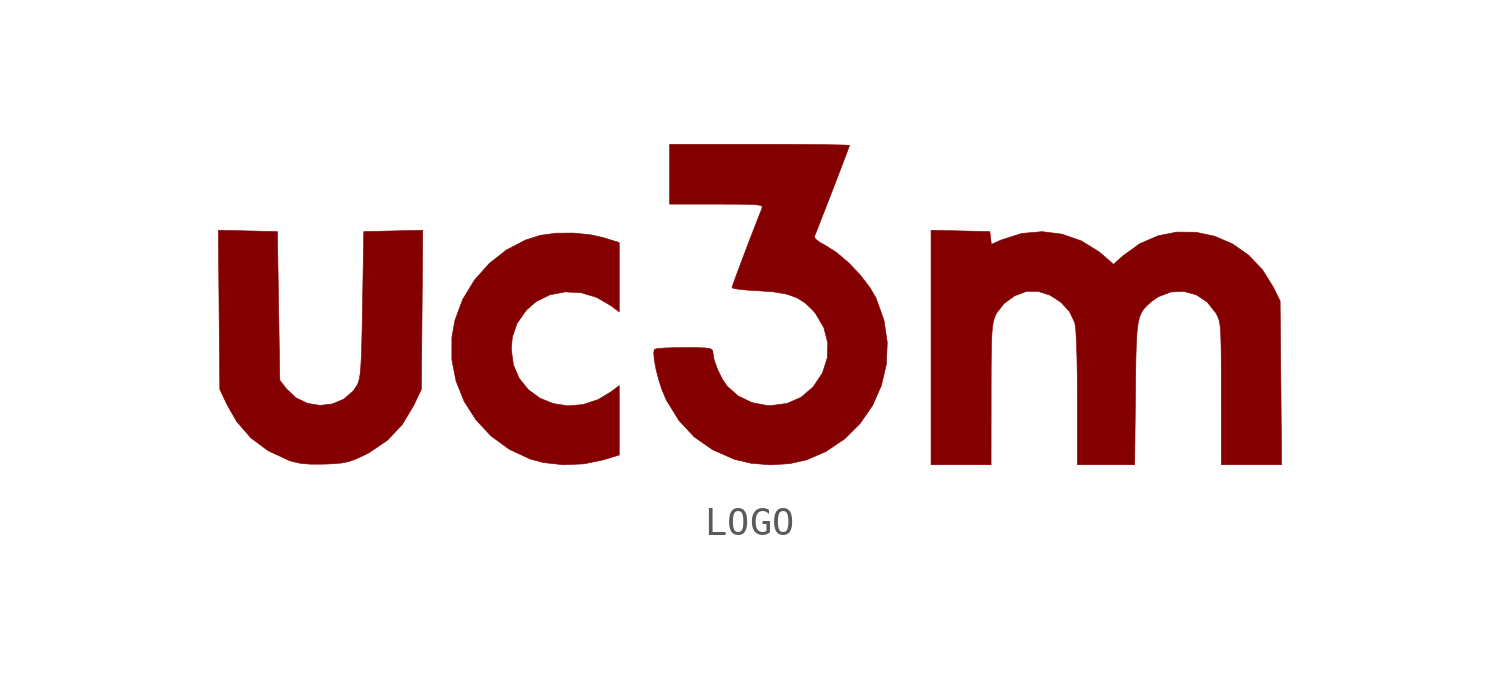
<source format=kicad_sym>
(kicad_symbol_lib
  (version 20220914)
  (generator "bitmap2component")
  (generator_version "9.0")
  (symbol "LOGO"
    (pin_names
      (offset 1.016))
    (property "Reference" "#G"
      (at 0 5.715 0)
      (effects (font (size 1.27 1.27)) hide))
    (symbol "LOGO_0_0"
      (polyline (pts (xy -15.197 -5.482) (xy -14.916 -5.471) (xy -14.588 -5.443) (xy -14.326 -5.389) (xy -14.066 -5.294) (xy -13.745 -5.143) (xy -13.608 -5.072) (xy -12.965 -4.636) (xy -12.443 -4.083) (xy -12.036 -3.405) (xy -11.766 -2.836) (xy -11.74 -0.018) (xy -11.715 2.799) (xy -12.759 2.776) (xy -13.804 2.752) (xy -13.847 0.169) (xy -13.848 0.073) (xy -13.862 -0.654) (xy -13.875 -1.233) (xy -13.891 -1.684) (xy -13.909 -2.026) (xy -13.931 -2.277) (xy -13.959 -2.457) (xy -13.994 -2.586) (xy -14.037 -2.681) (xy -14.175 -2.887) (xy -14.51 -3.179) (xy -14.915 -3.351) (xy -15.356 -3.402) (xy -15.798 -3.33) (xy -16.207 -3.133) (xy -16.549 -2.81) (xy -16.778 -2.511) (xy -16.82 0.12) (xy -16.863 2.752) (xy -17.907 2.776) (xy -18.952 2.799) (xy -18.927 -0.018) (xy -18.901 -2.836) (xy -18.633 -3.402) (xy -18.299 -3.981) (xy -17.798 -4.558) (xy -17.18 -5.014) (xy -16.439 -5.356) (xy -16.328 -5.392) (xy -16.03 -5.457) (xy -15.671 -5.485) (xy -15.197 -5.482)) (stroke (width 0.01) (type default)) (fill (type outline)))
      (polyline (pts (xy -6.001 -5.472) (xy -5.318 -5.33) (xy -4.757 -5.158) (xy -4.757 -3.929) (xy -4.757 -2.701) (xy -5.038 -2.914) (xy -5.501 -3.195) (xy -6.04 -3.373) (xy -6.579 -3.418) (xy -7.097 -3.338) (xy -7.571 -3.143) (xy -7.979 -2.844) (xy -8.298 -2.449) (xy -8.506 -1.968) (xy -8.58 -1.41) (xy -8.542 -0.982) (xy -8.372 -0.491) (xy -8.049 -0.031) (xy -7.694 0.279) (xy -7.209 0.515) (xy -6.671 0.618) (xy -6.109 0.588) (xy -5.555 0.422) (xy -5.038 0.12) (xy -4.757 -0.093) (xy -4.757 1.135) (xy -4.757 2.364) (xy -5.318 2.537) (xy -5.744 2.635) (xy -6.363 2.7) (xy -6.992 2.696) (xy -7.551 2.62) (xy -8.072 2.456) (xy -8.754 2.101) (xy -9.368 1.617) (xy -9.89 1.027) (xy -10.3 0.352) (xy -10.574 -0.385) (xy -10.683 -0.989) (xy -10.685 -1.778) (xy -10.536 -2.542) (xy -10.248 -3.261) (xy -9.83 -3.917) (xy -9.294 -4.489) (xy -8.65 -4.957) (xy -7.91 -5.302) (xy -7.436 -5.428) (xy -6.728 -5.505) (xy -6.001 -5.472)) (stroke (width 0.01) (type default)) (fill (type outline)))
      (polyline (pts (xy 1.274 -5.466) (xy 1.883 -5.329) (xy 2.561 -5.035) (xy 3.225 -4.589) (xy 3.779 -4.038) (xy 4.216 -3.402) (xy 4.526 -2.7) (xy 4.702 -1.95) (xy 4.735 -1.173) (xy 4.618 -0.387) (xy 4.341 0.389) (xy 4.122 0.767) (xy 3.774 1.22) (xy 3.362 1.652) (xy 2.93 2.018) (xy 2.522 2.274) (xy 2.363 2.361) (xy 2.199 2.483) (xy 2.152 2.57) (xy 2.24 2.791) (xy 2.366 3.112) (xy 2.518 3.502) (xy 2.686 3.934) (xy 2.858 4.38) (xy 3.023 4.809) (xy 3.171 5.195) (xy 3.289 5.508) (xy 3.369 5.721) (xy 3.398 5.803) (xy 3.397 5.804) (xy 3.297 5.813) (xy 3.047 5.821) (xy 2.667 5.828) (xy 2.175 5.834) (xy 1.589 5.838) (xy 0.929 5.841) (xy 0.212 5.842) (xy -2.973 5.842) (xy -2.973 4.784) (xy -2.973 3.725) (xy -1.308 3.725) (xy -1.219 3.725) (xy -0.67 3.724) (xy -0.267 3.72) (xy 0.012 3.709) (xy 0.186 3.692) (xy 0.278 3.666) (xy 0.308 3.628) (xy 0.298 3.577) (xy 0.242 3.437) (xy 0.098 3.07) (xy -0.064 2.653) (xy -0.231 2.216) (xy -0.393 1.788) (xy -0.539 1.4) (xy -0.657 1.08) (xy -0.736 0.859) (xy -0.765 0.767) (xy -0.712 0.742) (xy -0.521 0.71) (xy -0.222 0.68) (xy 0.149 0.658) (xy 0.714 0.616) (xy 1.175 0.537) (xy 1.538 0.409) (xy 1.837 0.218) (xy 2.11 -0.047) (xy 2.193 -0.146) (xy 2.487 -0.645) (xy 2.625 -1.182) (xy 2.609 -1.728) (xy 2.437 -2.259) (xy 2.11 -2.747) (xy 1.688 -3.112) (xy 1.182 -3.335) (xy 0.595 -3.41) (xy 0.47 -3.406) (xy -0.064 -3.301) (xy -0.548 -3.067) (xy -0.935 -2.725) (xy -1.099 -2.485) (xy -1.272 -2.14) (xy -1.396 -1.792) (xy -1.444 -1.509) (xy -1.446 -1.478) (xy -1.476 -1.422) (xy -1.565 -1.386) (xy -1.74 -1.366) (xy -2.028 -1.357) (xy -2.459 -1.355) (xy -2.855 -1.36) (xy -3.186 -1.373) (xy -3.416 -1.393) (xy -3.511 -1.418) (xy -3.534 -1.53) (xy -3.517 -1.783) (xy -3.456 -2.117) (xy -3.36 -2.491) (xy -3.239 -2.86) (xy -3.104 -3.181) (xy -3.081 -3.227) (xy -2.64 -3.941) (xy -2.101 -4.519) (xy -1.452 -4.973) (xy -0.682 -5.311) (xy -0.09 -5.452) (xy 0.593 -5.507) (xy 1.274 -5.466)) (stroke (width 0.01) (type default)) (fill (type outline)))
      (polyline (pts (xy 8.412 -3.027) (xy 8.412 -2.72) (xy 8.414 -2.059) (xy 8.419 -1.539) (xy 8.428 -1.138) (xy 8.442 -0.835) (xy 8.463 -0.611) (xy 8.491 -0.443) (xy 8.528 -0.312) (xy 8.575 -0.196) (xy 8.607 -0.132) (xy 8.872 0.207) (xy 9.24 0.476) (xy 9.656 0.632) (xy 9.668 0.635) (xy 10.082 0.635) (xy 10.501 0.498) (xy 10.882 0.252) (xy 11.187 -0.079) (xy 11.373 -0.468) (xy 11.385 -0.524) (xy 11.414 -0.783) (xy 11.436 -1.19) (xy 11.453 -1.731) (xy 11.464 -2.391) (xy 11.468 -3.154) (xy 11.468 -5.503) (xy 12.482 -5.503) (xy 13.496 -5.503) (xy 13.523 -2.985) (xy 13.53 -2.336) (xy 13.54 -1.698) (xy 13.556 -1.193) (xy 13.58 -0.801) (xy 13.616 -0.503) (xy 13.668 -0.278) (xy 13.739 -0.106) (xy 13.833 0.031) (xy 13.953 0.155) (xy 14.102 0.284) (xy 14.333 0.445) (xy 14.777 0.614) (xy 15.234 0.635) (xy 15.674 0.514) (xy 16.064 0.257) (xy 16.371 -0.13) (xy 16.382 -0.149) (xy 16.435 -0.249) (xy 16.476 -0.355) (xy 16.507 -0.488) (xy 16.53 -0.668) (xy 16.545 -0.915) (xy 16.555 -1.25) (xy 16.561 -1.693) (xy 16.563 -2.264) (xy 16.564 -2.985) (xy 16.565 -5.503) (xy 17.632 -5.503) (xy 18.699 -5.503) (xy 18.673 -2.603) (xy 18.646 0.296) (xy 18.409 0.778) (xy 18.025 1.395) (xy 17.531 1.917) (xy 16.959 2.316) (xy 16.329 2.588) (xy 15.665 2.729) (xy 14.986 2.735) (xy 14.315 2.601) (xy 13.673 2.322) (xy 13.081 1.894) (xy 12.745 1.592) (xy 12.359 1.931) (xy 12.225 2.042) (xy 11.609 2.423) (xy 10.931 2.66) (xy 10.218 2.75) (xy 9.498 2.687) (xy 8.799 2.467) (xy 8.42 2.3) (xy 8.394 2.526) (xy 8.367 2.752) (xy 7.327 2.776) (xy 6.286 2.799) (xy 6.286 -1.352) (xy 6.286 -5.503) (xy 7.348 -5.503) (xy 8.41 -5.503) (xy 8.412 -3.027)) (stroke (width 0.01) (type default)) (fill (type outline))))))
</source>
